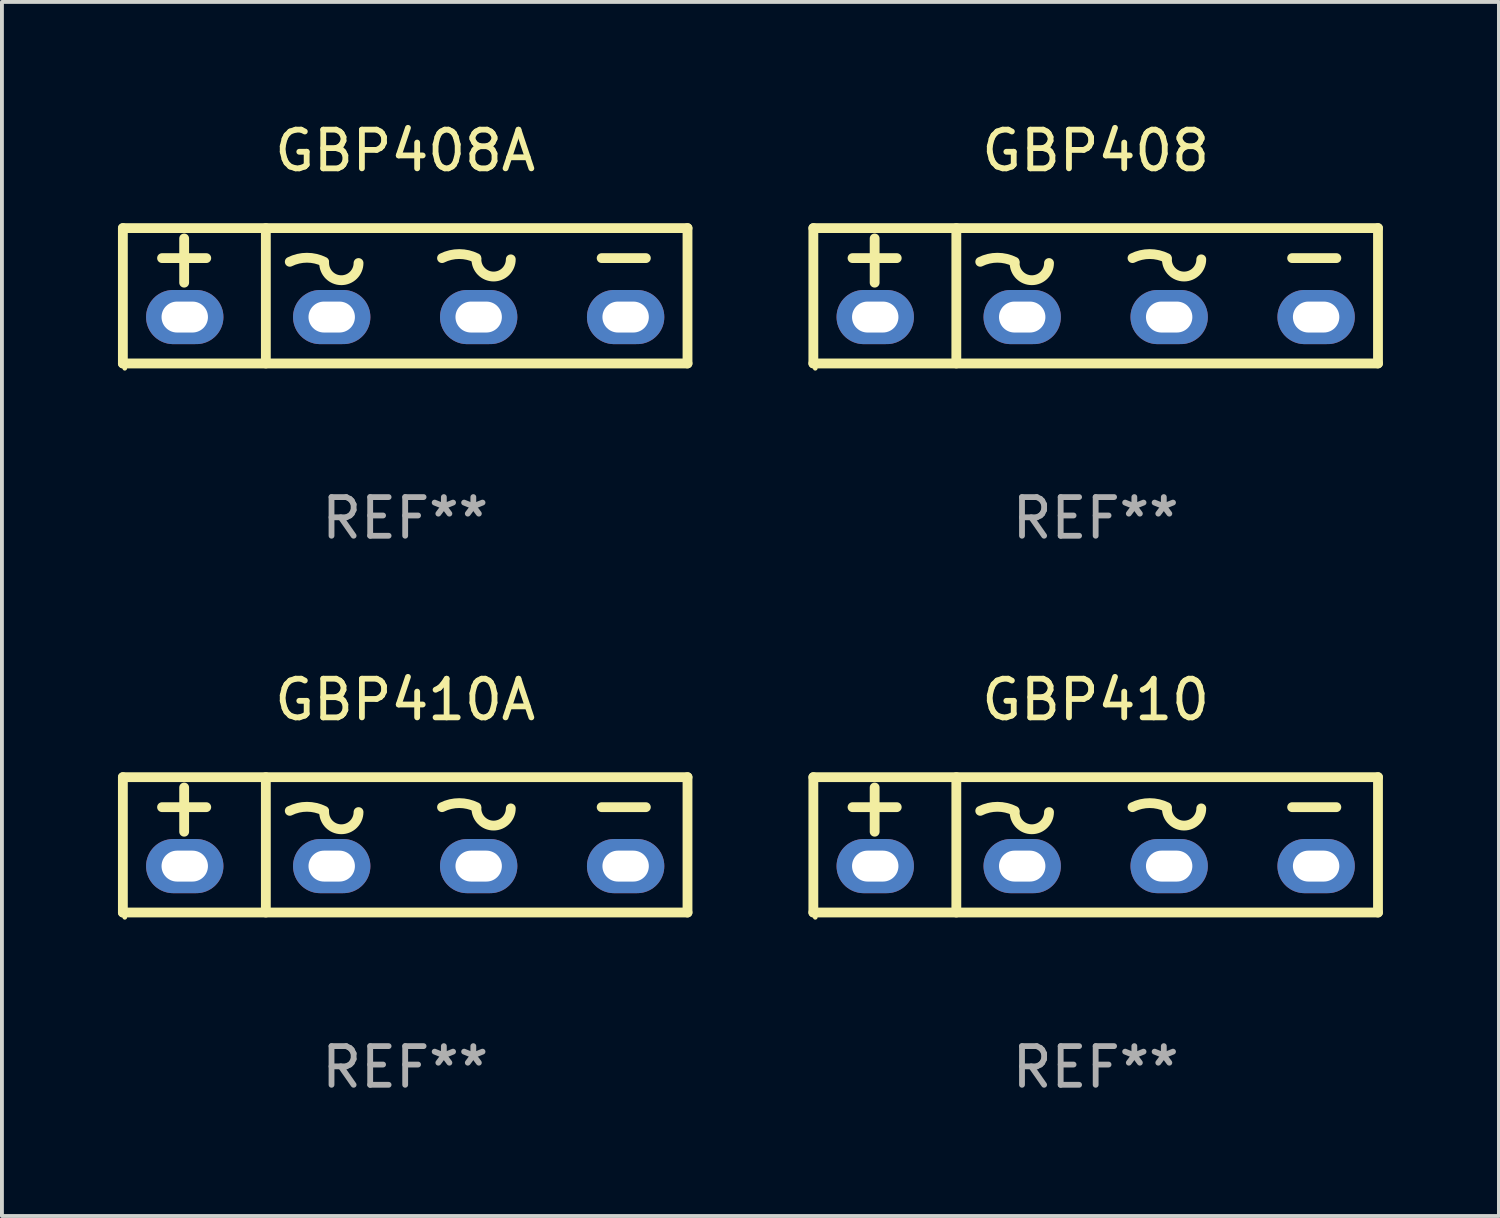
<source format=kicad_pcb>
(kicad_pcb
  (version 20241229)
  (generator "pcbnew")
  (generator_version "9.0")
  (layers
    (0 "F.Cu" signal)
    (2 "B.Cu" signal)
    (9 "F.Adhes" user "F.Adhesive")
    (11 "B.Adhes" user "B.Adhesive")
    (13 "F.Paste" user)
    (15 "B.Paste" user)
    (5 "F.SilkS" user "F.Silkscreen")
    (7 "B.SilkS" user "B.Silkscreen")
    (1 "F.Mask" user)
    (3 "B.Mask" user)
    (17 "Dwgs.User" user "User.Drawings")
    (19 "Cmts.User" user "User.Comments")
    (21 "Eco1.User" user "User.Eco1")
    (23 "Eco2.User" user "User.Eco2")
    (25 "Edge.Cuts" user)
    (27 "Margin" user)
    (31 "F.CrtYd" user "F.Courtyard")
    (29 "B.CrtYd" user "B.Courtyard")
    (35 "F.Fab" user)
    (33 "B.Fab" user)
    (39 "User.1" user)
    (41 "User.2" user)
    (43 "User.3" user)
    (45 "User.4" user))
  (footprint "GBP408A"
    (layer "F.Cu")
    (at 7.427 4.598)
    (property "Reference" "GBP408A" (at 0 -3.75 0) (layer "F.SilkS") (effects (font (size 1 1) (thickness 0.15))))
    (attr through_hole)
    (fp_line (start -7.3 -1.75) (end 7.3 -1.75) (stroke (width 0.254) (type solid)) (layer "F.SilkS"))
    (fp_line (start -7.3 1.75) (end -7.3 -1.75) (stroke (width 0.254) (type solid)) (layer "F.SilkS"))
    (fp_line (start -6.287 -0.974) (end -5.144 -0.974) (stroke (width 0.254) (type solid)) (layer "F.SilkS"))
    (fp_line (start -5.715 -0.339) (end -5.715 -1.482) (stroke (width 0.254) (type solid)) (layer "F.SilkS"))
    (fp_line (start -3.603 -1.75) (end -3.603 1.75) (stroke (width 0.254) (type solid)) (layer "F.SilkS"))
    (fp_line (start 5.08 -0.974) (end 6.223 -0.974) (stroke (width 0.254) (type solid)) (layer "F.SilkS"))
    (fp_line (start 7.3 1.75) (end -7.3 1.75) (stroke (width 0.254) (type solid)) (layer "F.SilkS"))
    (fp_line (start 7.3 1.75) (end 7.3 -1.75) (stroke (width 0.254) (type solid)) (layer "F.SilkS"))
    (fp_arc (start -2.984544 -0.87874) (mid -2.540043 -0.983672) (end -2.095542 -0.87874) (stroke (width 0.254001) (type solid)) (layer "F.SilkS"))
    (fp_arc (start -1.206515 -0.84699) (mid -1.651016 -0.402489) (end -2.095517 -0.84699) (stroke (width 0.254001) (type solid)) (layer "F.SilkS"))
    (fp_arc (start 0.952489 -0.97399) (mid 1.39699 -1.078923) (end 1.84149 -0.97399) (stroke (width 0.254001) (type solid)) (layer "F.SilkS"))
    (fp_arc (start 2.730518 -0.94224) (mid 2.286017 -0.497739) (end 1.841516 -0.94224) (stroke (width 0.254001) (type solid)) (layer "F.SilkS"))
    (fp_circle (center -7.25 1.875) (end -7.22 1.875) (stroke (width 0.06) (type solid)) (fill no) (layer "F.SilkS"))
    (fp_text user "REF**" (at 0 5.75 0) (layer "F.Fab") (effects (font (size 1 1) (thickness 0.15))))
    (pad "1" thru_hole oval (at -5.7 0.55) (size 2 1.4) (drill oval 1.2 0.8) (layers "*.Cu" "*.Mask"))
    (pad "2" thru_hole oval (at -1.9 0.55) (size 2 1.4) (drill oval 1.2 0.8) (layers "*.Cu" "*.Mask"))
    (pad "3" thru_hole oval (at 1.9 0.55) (size 2 1.4) (drill oval 1.2 0.8) (layers "*.Cu" "*.Mask"))
    (pad "4" thru_hole oval (at 5.7 0.55) (size 2 1.4) (drill oval 1.2 0.8) (layers "*.Cu" "*.Mask")))
  (footprint "GBP410A"
    (layer "F.Cu")
    (at 7.427 18.795)
    (property "Reference" "GBP410A" (at 0 -3.75 0) (layer "F.SilkS") (effects (font (size 1 1) (thickness 0.15))))
    (attr through_hole)
    (fp_line (start -7.3 -1.75) (end 7.3 -1.75) (stroke (width 0.254) (type solid)) (layer "F.SilkS"))
    (fp_line (start -7.3 1.75) (end -7.3 -1.75) (stroke (width 0.254) (type solid)) (layer "F.SilkS"))
    (fp_line (start -6.287 -0.974) (end -5.144 -0.974) (stroke (width 0.254) (type solid)) (layer "F.SilkS"))
    (fp_line (start -5.715 -0.339) (end -5.715 -1.482) (stroke (width 0.254) (type solid)) (layer "F.SilkS"))
    (fp_line (start -3.603 -1.75) (end -3.603 1.75) (stroke (width 0.254) (type solid)) (layer "F.SilkS"))
    (fp_line (start 5.08 -0.974) (end 6.223 -0.974) (stroke (width 0.254) (type solid)) (layer "F.SilkS"))
    (fp_line (start 7.3 1.75) (end -7.3 1.75) (stroke (width 0.254) (type solid)) (layer "F.SilkS"))
    (fp_line (start 7.3 1.75) (end 7.3 -1.75) (stroke (width 0.254) (type solid)) (layer "F.SilkS"))
    (fp_arc (start -2.984544 -0.87874) (mid -2.540043 -0.983672) (end -2.095542 -0.87874) (stroke (width 0.254001) (type solid)) (layer "F.SilkS"))
    (fp_arc (start -1.206515 -0.84699) (mid -1.651016 -0.402489) (end -2.095517 -0.84699) (stroke (width 0.254001) (type solid)) (layer "F.SilkS"))
    (fp_arc (start 0.952489 -0.97399) (mid 1.39699 -1.078923) (end 1.84149 -0.97399) (stroke (width 0.254001) (type solid)) (layer "F.SilkS"))
    (fp_arc (start 2.730518 -0.94224) (mid 2.286017 -0.497739) (end 1.841516 -0.94224) (stroke (width 0.254001) (type solid)) (layer "F.SilkS"))
    (fp_circle (center -7.25 1.875) (end -7.22 1.875) (stroke (width 0.06) (type solid)) (fill no) (layer "F.SilkS"))
    (fp_text user "REF**" (at 0 5.75 0) (layer "F.Fab") (effects (font (size 1 1) (thickness 0.15))))
    (pad "1" thru_hole oval (at -5.7 0.55) (size 2 1.4) (drill oval 1.2 0.8) (layers "*.Cu" "*.Mask"))
    (pad "2" thru_hole oval (at -1.9 0.55) (size 2 1.4) (drill oval 1.2 0.8) (layers "*.Cu" "*.Mask"))
    (pad "3" thru_hole oval (at 1.9 0.55) (size 2 1.4) (drill oval 1.2 0.8) (layers "*.Cu" "*.Mask"))
    (pad "4" thru_hole oval (at 5.7 0.55) (size 2 1.4) (drill oval 1.2 0.8) (layers "*.Cu" "*.Mask")))
  (footprint "GBP410"
    (layer "F.Cu")
    (at 25.281 18.795)
    (property "Reference" "GBP410" (at 0 -3.75 0) (layer "F.SilkS") (effects (font (size 1 1) (thickness 0.15))))
    (attr through_hole)
    (fp_line (start -7.3 -1.75) (end 7.3 -1.75) (stroke (width 0.254) (type solid)) (layer "F.SilkS"))
    (fp_line (start -7.3 1.75) (end -7.3 -1.75) (stroke (width 0.254) (type solid)) (layer "F.SilkS"))
    (fp_line (start -6.287 -0.974) (end -5.144 -0.974) (stroke (width 0.254) (type solid)) (layer "F.SilkS"))
    (fp_line (start -5.715 -0.339) (end -5.715 -1.482) (stroke (width 0.254) (type solid)) (layer "F.SilkS"))
    (fp_line (start -3.603 -1.75) (end -3.603 1.75) (stroke (width 0.254) (type solid)) (layer "F.SilkS"))
    (fp_line (start 5.08 -0.974) (end 6.223 -0.974) (stroke (width 0.254) (type solid)) (layer "F.SilkS"))
    (fp_line (start 7.3 1.75) (end -7.3 1.75) (stroke (width 0.254) (type solid)) (layer "F.SilkS"))
    (fp_line (start 7.3 1.75) (end 7.3 -1.75) (stroke (width 0.254) (type solid)) (layer "F.SilkS"))
    (fp_arc (start -2.984544 -0.87874) (mid -2.540043 -0.983672) (end -2.095542 -0.87874) (stroke (width 0.254001) (type solid)) (layer "F.SilkS"))
    (fp_arc (start -1.206515 -0.84699) (mid -1.651016 -0.402489) (end -2.095517 -0.84699) (stroke (width 0.254001) (type solid)) (layer "F.SilkS"))
    (fp_arc (start 0.952489 -0.97399) (mid 1.39699 -1.078923) (end 1.84149 -0.97399) (stroke (width 0.254001) (type solid)) (layer "F.SilkS"))
    (fp_arc (start 2.730518 -0.94224) (mid 2.286017 -0.497739) (end 1.841516 -0.94224) (stroke (width 0.254001) (type solid)) (layer "F.SilkS"))
    (fp_circle (center -7.25 1.875) (end -7.22 1.875) (stroke (width 0.06) (type solid)) (fill no) (layer "F.SilkS"))
    (fp_text user "REF**" (at 0 5.75 0) (layer "F.Fab") (effects (font (size 1 1) (thickness 0.15))))
    (pad "1" thru_hole oval (at -5.7 0.55) (size 2 1.4) (drill oval 1.2 0.8) (layers "*.Cu" "*.Mask"))
    (pad "2" thru_hole oval (at -1.9 0.55) (size 2 1.4) (drill oval 1.2 0.8) (layers "*.Cu" "*.Mask"))
    (pad "3" thru_hole oval (at 1.9 0.55) (size 2 1.4) (drill oval 1.2 0.8) (layers "*.Cu" "*.Mask"))
    (pad "4" thru_hole oval (at 5.7 0.55) (size 2 1.4) (drill oval 1.2 0.8) (layers "*.Cu" "*.Mask")))
  (footprint "GBP408"
    (layer "F.Cu")
    (at 25.281 4.598)
    (property "Reference" "GBP408" (at 0 -3.75 0) (layer "F.SilkS") (effects (font (size 1 1) (thickness 0.15))))
    (attr through_hole)
    (fp_line (start -7.3 -1.75) (end 7.3 -1.75) (stroke (width 0.254) (type solid)) (layer "F.SilkS"))
    (fp_line (start -7.3 1.75) (end -7.3 -1.75) (stroke (width 0.254) (type solid)) (layer "F.SilkS"))
    (fp_line (start -6.287 -0.974) (end -5.144 -0.974) (stroke (width 0.254) (type solid)) (layer "F.SilkS"))
    (fp_line (start -5.715 -0.339) (end -5.715 -1.482) (stroke (width 0.254) (type solid)) (layer "F.SilkS"))
    (fp_line (start -3.603 -1.75) (end -3.603 1.75) (stroke (width 0.254) (type solid)) (layer "F.SilkS"))
    (fp_line (start 5.08 -0.974) (end 6.223 -0.974) (stroke (width 0.254) (type solid)) (layer "F.SilkS"))
    (fp_line (start 7.3 1.75) (end -7.3 1.75) (stroke (width 0.254) (type solid)) (layer "F.SilkS"))
    (fp_line (start 7.3 1.75) (end 7.3 -1.75) (stroke (width 0.254) (type solid)) (layer "F.SilkS"))
    (fp_arc (start -2.984544 -0.87874) (mid -2.540043 -0.983672) (end -2.095542 -0.87874) (stroke (width 0.254001) (type solid)) (layer "F.SilkS"))
    (fp_arc (start -1.206515 -0.84699) (mid -1.651016 -0.402489) (end -2.095517 -0.84699) (stroke (width 0.254001) (type solid)) (layer "F.SilkS"))
    (fp_arc (start 0.952489 -0.97399) (mid 1.39699 -1.078923) (end 1.84149 -0.97399) (stroke (width 0.254001) (type solid)) (layer "F.SilkS"))
    (fp_arc (start 2.730518 -0.94224) (mid 2.286017 -0.497739) (end 1.841516 -0.94224) (stroke (width 0.254001) (type solid)) (layer "F.SilkS"))
    (fp_circle (center -7.25 1.875) (end -7.22 1.875) (stroke (width 0.06) (type solid)) (fill no) (layer "F.SilkS"))
    (fp_text user "REF**" (at 0 5.75 0) (layer "F.Fab") (effects (font (size 1 1) (thickness 0.15))))
    (pad "1" thru_hole oval (at -5.7 0.55) (size 2 1.4) (drill oval 1.2 0.8) (layers "*.Cu" "*.Mask"))
    (pad "2" thru_hole oval (at -1.9 0.55) (size 2 1.4) (drill oval 1.2 0.8) (layers "*.Cu" "*.Mask"))
    (pad "3" thru_hole oval (at 1.9 0.55) (size 2 1.4) (drill oval 1.2 0.8) (layers "*.Cu" "*.Mask"))
    (pad "4" thru_hole oval (at 5.7 0.55) (size 2 1.4) (drill oval 1.2 0.8) (layers "*.Cu" "*.Mask")))
  (gr_rect
    (start -3 -3)
    (end 35.708 28.393)
    (stroke (width 0.1) (type default))
    (fill no)
    (layer "Edge.Cuts")))
</source>
